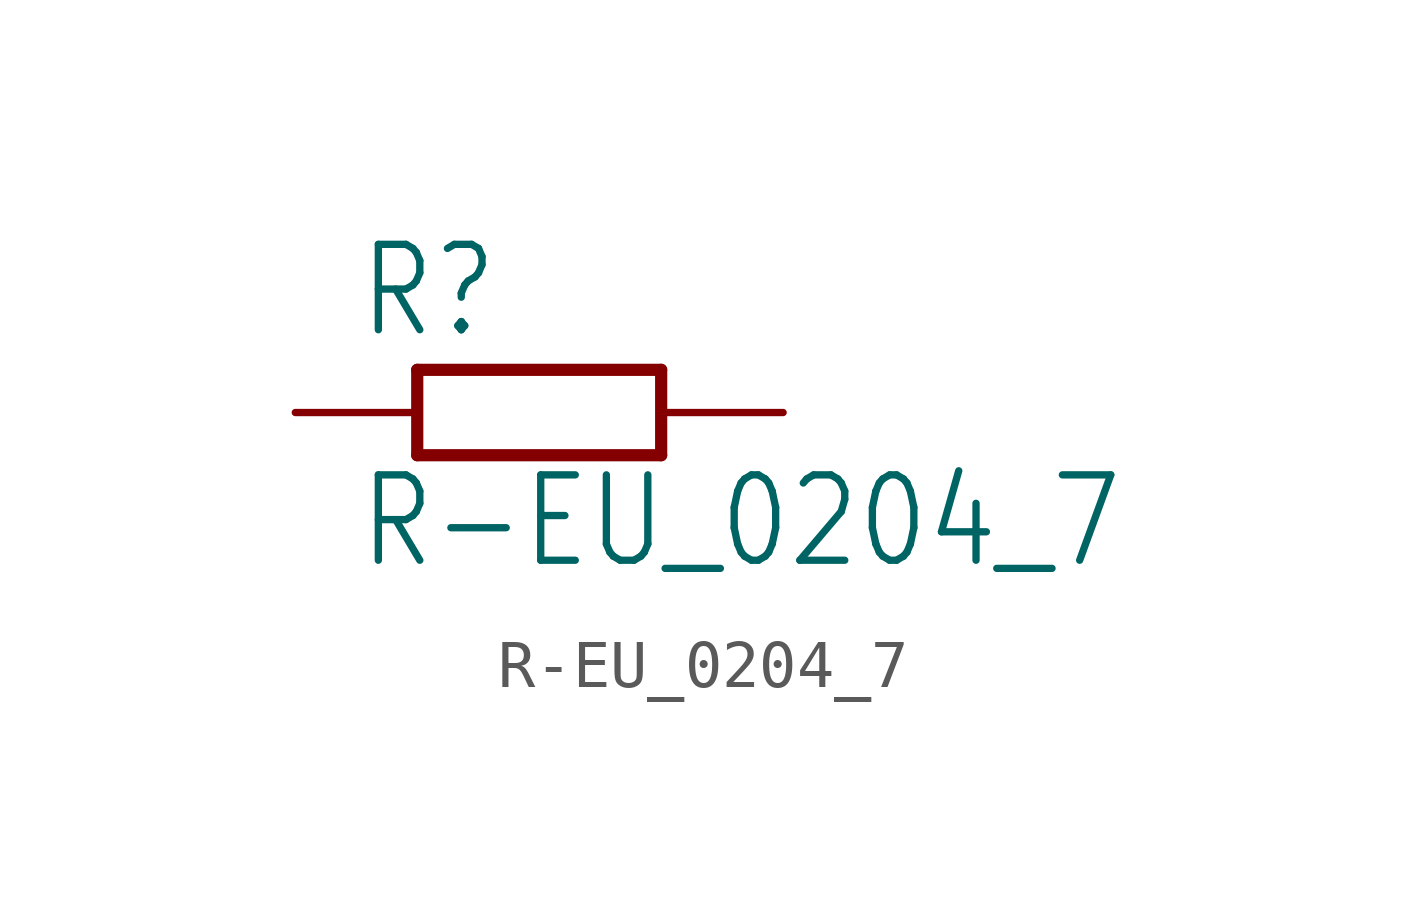
<source format=kicad_sym>
(kicad_symbol_lib
  (version 20201005)
  (generator kicad_symbol_editor)
  (symbol "R-EU_0204_7"
    (property "Reference" "R"
      (at -3.81 1.499 0)
      (effects (font (size 1.778 1.511)) (justify left bottom)))
    (property "Value" "R-EU_0204_7"
      (at -3.81 -3.302 0)
      (effects (font (size 1.778 1.511)) (justify left bottom)))
    (property "ki_locked" ""
      (at 0 0 0)
      (effects (font (size 1.27 1.27))))
    (symbol "R-EU_0204_7_1_0"
      (polyline (pts (xy -2.54 -0.889) (xy 2.54 -0.889)) (stroke (width 0.254)) (fill (type none)))
      (polyline (pts (xy 2.54 0.889) (xy -2.54 0.889)) (stroke (width 0.254)) (fill (type none)))
      (polyline (pts (xy 2.54 -0.889) (xy 2.54 0.889)) (stroke (width 0.254)) (fill (type none)))
      (polyline (pts (xy -2.54 -0.889) (xy -2.54 0.889)) (stroke (width 0.254)) (fill (type none)))
      (pin passive line (at 5.08 0 180) (length 2.54) (name "2" (effects (font (size 0 0)))) (number "2" (effects (font (size 0 0)))))
      (pin passive line (at -5.08 0 0) (length 2.54) (name "1" (effects (font (size 0 0)))) (number "1" (effects (font (size 0 0))))))))
</source>
